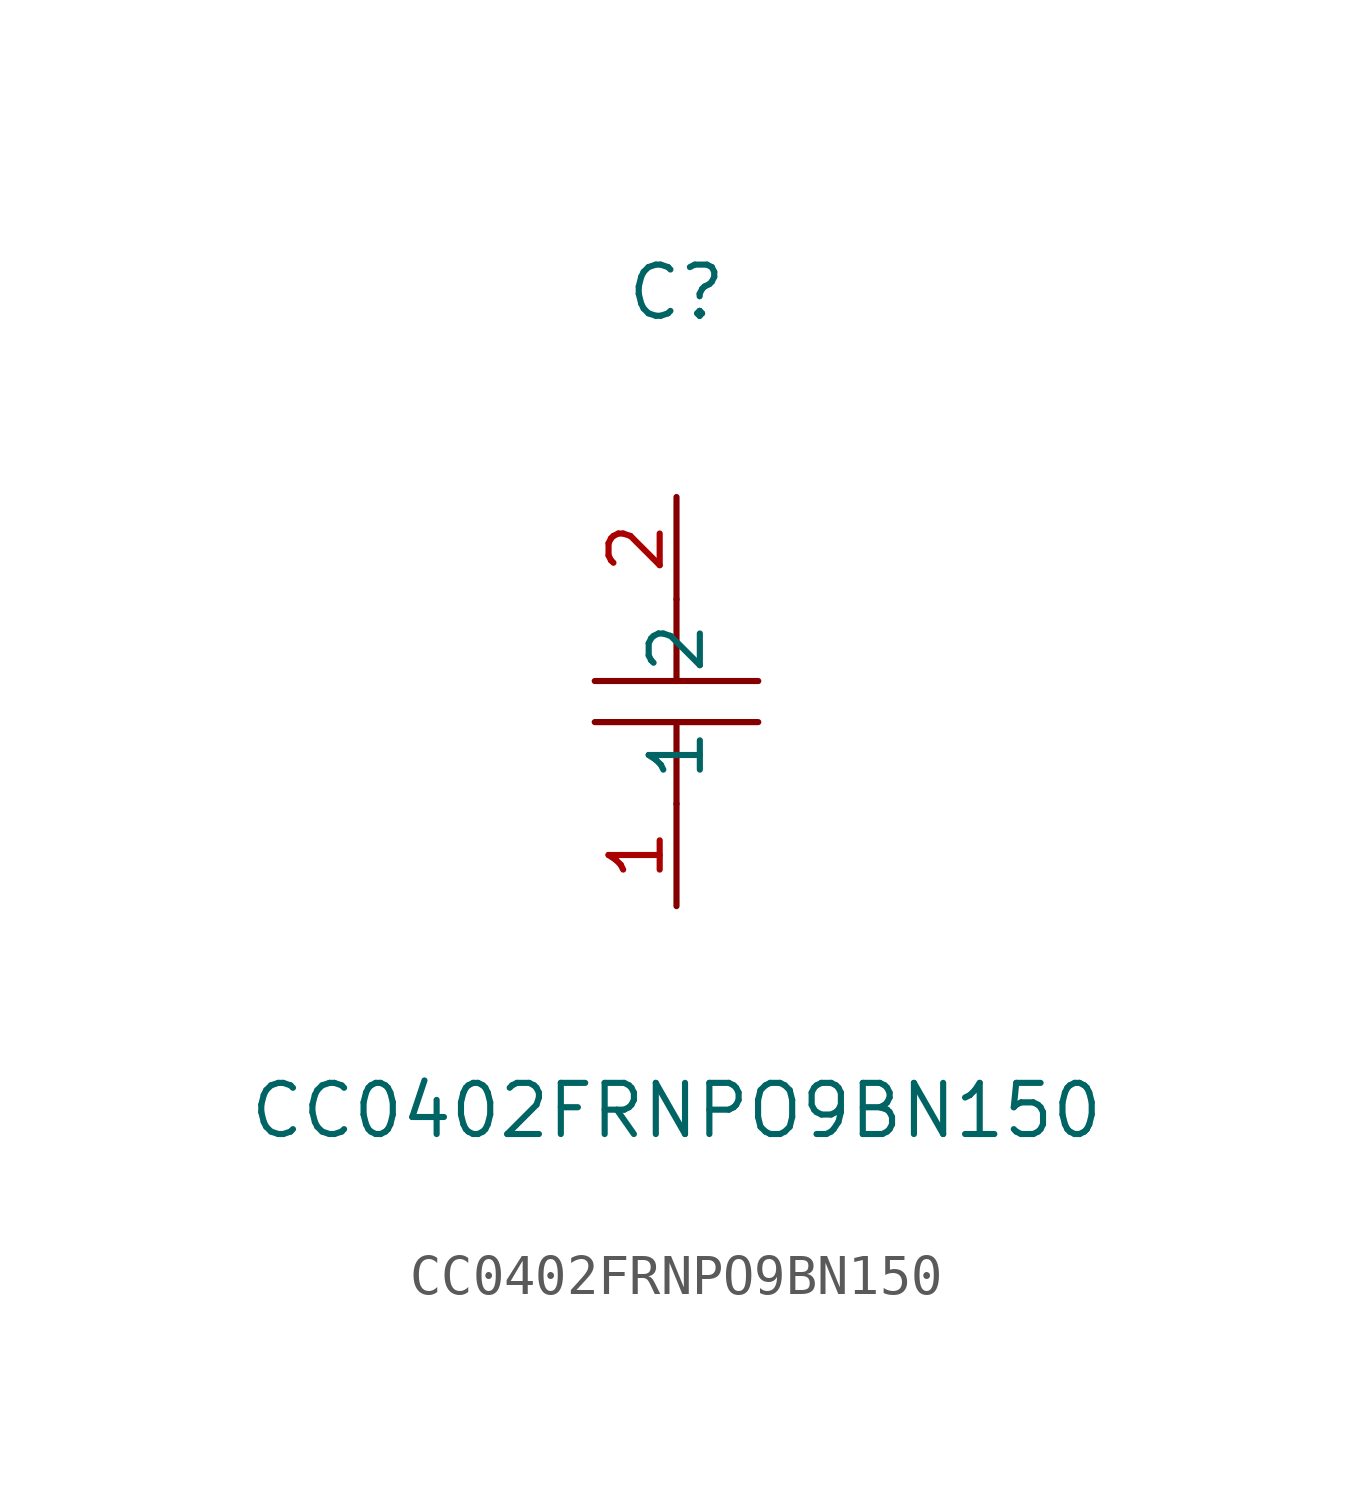
<source format=kicad_sym>
(kicad_symbol_lib
  (version 20211014)
  (generator https://github.com/uPesy/easyeda2kicad.py)
  (symbol "CC0402FRNPO9BN150"
    (property "Reference" "C"
      (at 0 10.16 0)
      (effects (font (size 1.27 1.27))))
    (property "Value" "CC0402FRNPO9BN150"
      (at 0 -10.16 0)
      (effects (font (size 1.27 1.27))))
    (symbol "CC0402FRNPO9BN150_0_1"
      (polyline (pts (xy 2.03 -0.51) (xy -2.03 -0.51)) (stroke (width 0) (type default) (color 0 0 0 0)) (fill (type none)))
      (polyline (pts (xy 0.00 2.54) (xy 0.00 0.51)) (stroke (width 0) (type default) (color 0 0 0 0)) (fill (type none)))
      (polyline (pts (xy -2.03 0.51) (xy 2.03 0.51)) (stroke (width 0) (type default) (color 0 0 0 0)) (fill (type none)))
      (polyline (pts (xy 0.00 -0.51) (xy 0.00 -2.54)) (stroke (width 0) (type default) (color 0 0 0 0)) (fill (type none)))
      (pin unspecified line (at 0.00 -5.08 90) (length 2.54) (name "1" (effects (font (size 1.27 1.27)))) (number "1" (effects (font (size 1.27 1.27)))))
      (pin unspecified line (at 0.00 5.08 270) (length 2.54) (name "2" (effects (font (size 1.27 1.27)))) (number "2" (effects (font (size 1.27 1.27))))))))
</source>
